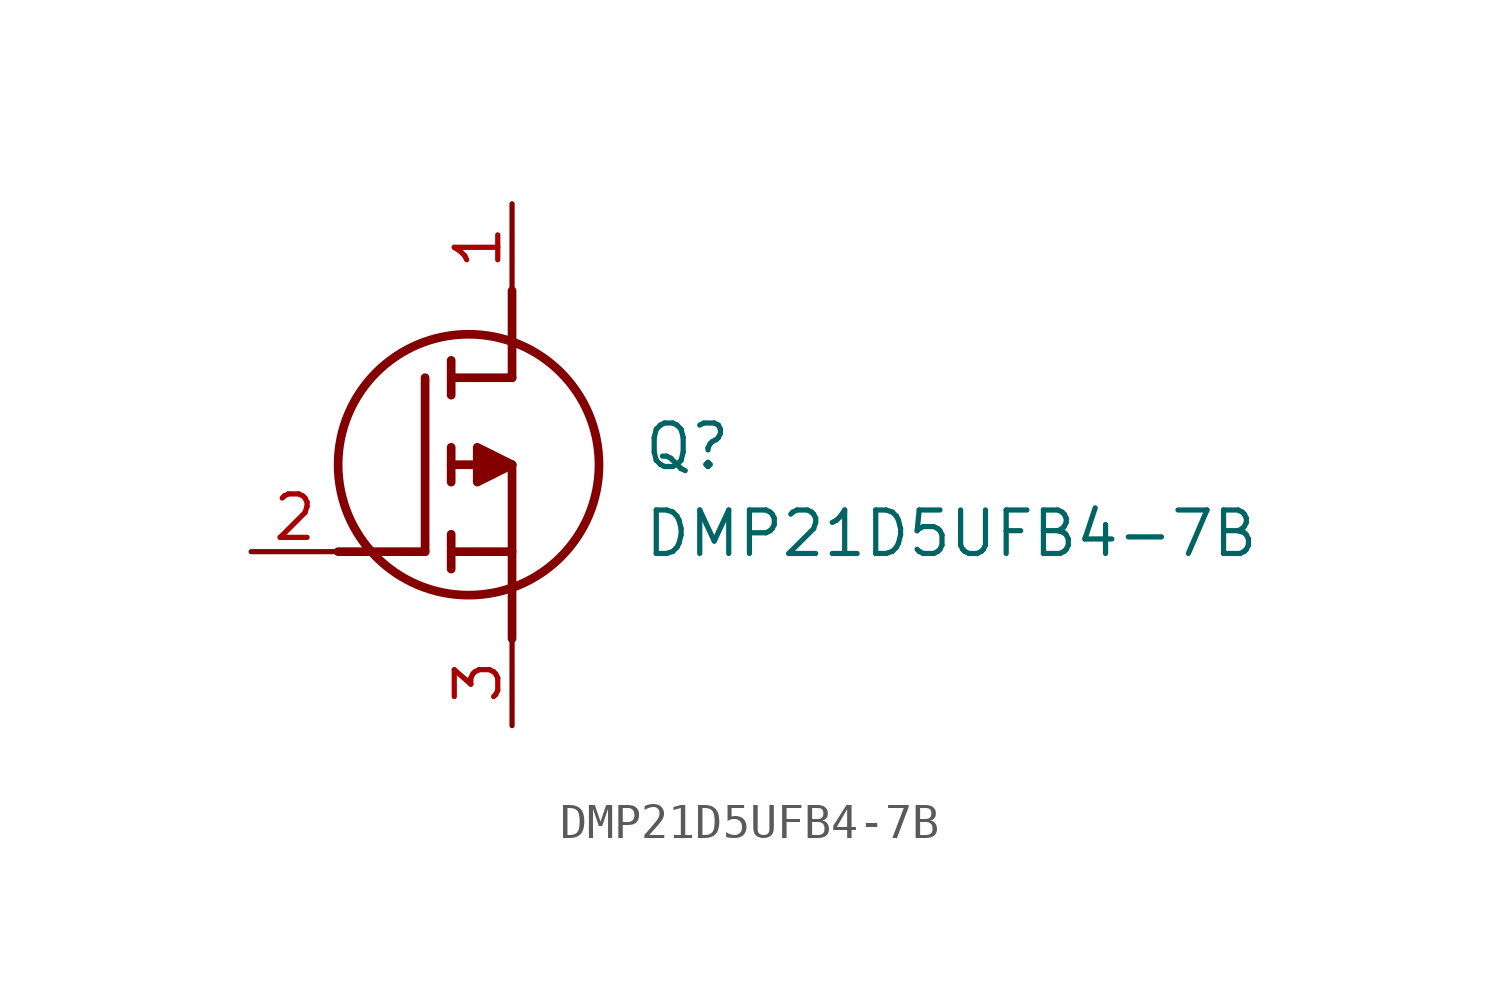
<source format=kicad_sym>
(kicad_symbol_lib
  (version 20220914)
  (generator kicad_symbol_editor)
  (symbol "DMP21D5UFB4-7B"
    (pin_names hide)
    (property "Reference" "Q"
      (at 11.43 3.81 0)
      (effects (font (size 1.27 1.27)) (justify left top)))
    (property "Value" "DMP21D5UFB4-7B"
      (at 11.43 1.27 0)
      (effects (font (size 1.27 1.27)) (justify left top)))
    (symbol "DMP21D5UFB4-7B_1_1"
      (polyline (pts (xy 2.54 0) (xy 5.08 0)) (stroke (width 0.254) (type default)) (fill (type none)))
      (polyline (pts (xy 5.08 5.08) (xy 5.08 0)) (stroke (width 0.254) (type default)) (fill (type none)))
      (polyline (pts (xy 5.842 -0.508) (xy 5.842 0.508)) (stroke (width 0.254) (type default)) (fill (type none)))
      (polyline (pts (xy 5.842 0) (xy 7.62 0)) (stroke (width 0.254) (type default)) (fill (type none)))
      (polyline (pts (xy 5.842 2.032) (xy 5.842 3.048)) (stroke (width 0.254) (type default)) (fill (type none)))
      (polyline (pts (xy 5.842 5.588) (xy 5.842 4.572)) (stroke (width 0.254) (type default)) (fill (type none)))
      (polyline (pts (xy 7.62 2.54) (xy 5.842 2.54)) (stroke (width 0.254) (type default)) (fill (type none)))
      (polyline (pts (xy 7.62 2.54) (xy 7.62 -2.54)) (stroke (width 0.254) (type default)) (fill (type none)))
      (polyline (pts (xy 7.62 5.08) (xy 5.842 5.08)) (stroke (width 0.254) (type default)) (fill (type none)))
      (polyline (pts (xy 7.62 5.08) (xy 7.62 7.62)) (stroke (width 0.254) (type default)) (fill (type none)))
      (polyline (pts (xy 7.62 2.54) (xy 6.604 3.048) (xy 6.604 2.032) (xy 7.62 2.54)) (stroke (width 0.254) (type default)) (fill (type outline)))
      (circle (center 6.35 2.54) (radius 3.81) (stroke (width 0.254) (type default)) (fill (type none)))
      (pin passive line (at 7.62 10.16 270) (length 2.54) (name "D" (effects (font (size 1.27 1.27)))) (number "1" (effects (font (size 1.27 1.27)))))
      (pin passive line (at 0 0 0) (length 2.54) (name "G" (effects (font (size 1.27 1.27)))) (number "2" (effects (font (size 1.27 1.27)))))
      (pin passive line (at 7.62 -5.08 90) (length 2.54) (name "S" (effects (font (size 1.27 1.27)))) (number "3" (effects (font (size 1.27 1.27))))))))
</source>
